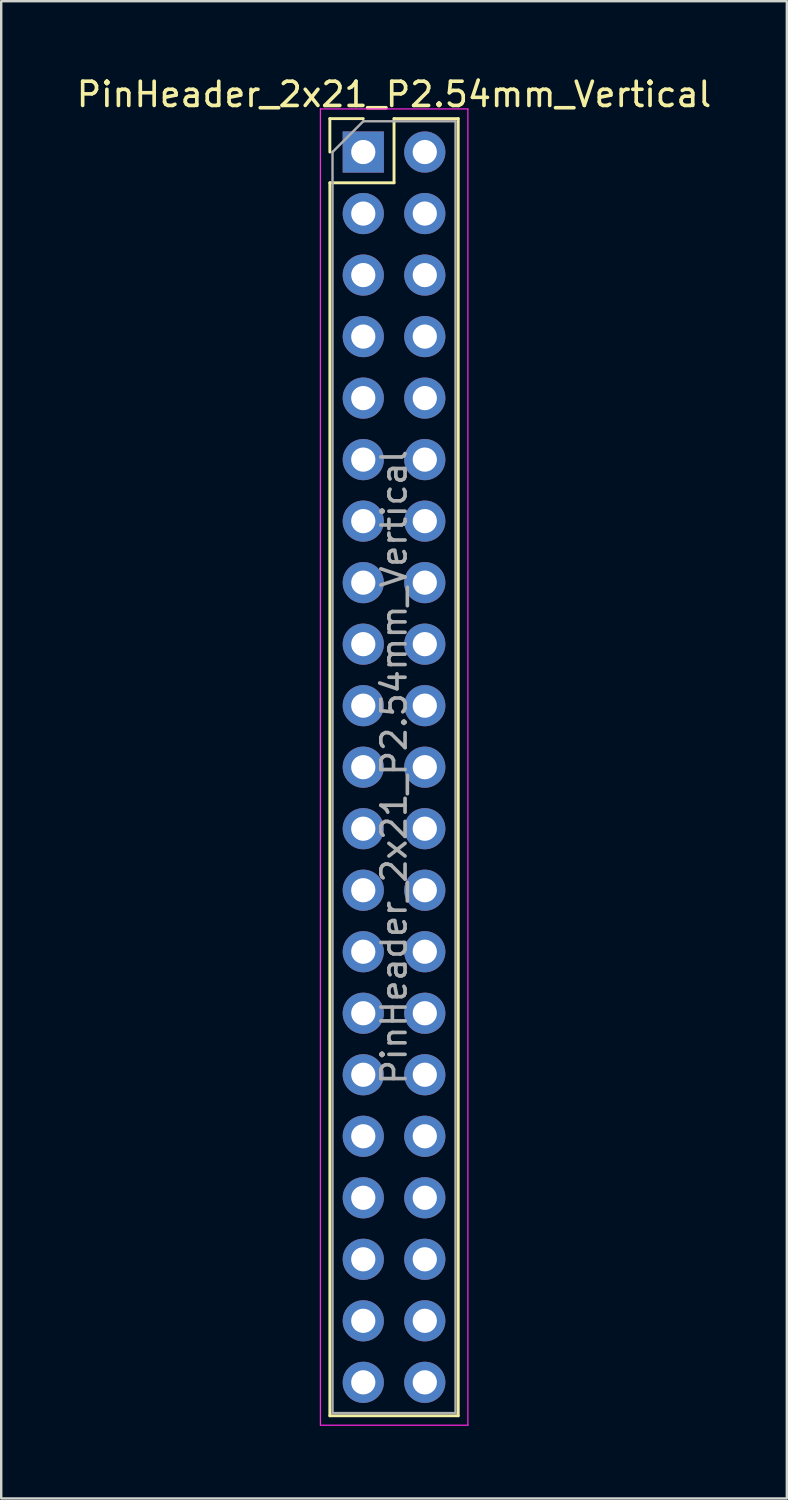
<source format=kicad_pcb>
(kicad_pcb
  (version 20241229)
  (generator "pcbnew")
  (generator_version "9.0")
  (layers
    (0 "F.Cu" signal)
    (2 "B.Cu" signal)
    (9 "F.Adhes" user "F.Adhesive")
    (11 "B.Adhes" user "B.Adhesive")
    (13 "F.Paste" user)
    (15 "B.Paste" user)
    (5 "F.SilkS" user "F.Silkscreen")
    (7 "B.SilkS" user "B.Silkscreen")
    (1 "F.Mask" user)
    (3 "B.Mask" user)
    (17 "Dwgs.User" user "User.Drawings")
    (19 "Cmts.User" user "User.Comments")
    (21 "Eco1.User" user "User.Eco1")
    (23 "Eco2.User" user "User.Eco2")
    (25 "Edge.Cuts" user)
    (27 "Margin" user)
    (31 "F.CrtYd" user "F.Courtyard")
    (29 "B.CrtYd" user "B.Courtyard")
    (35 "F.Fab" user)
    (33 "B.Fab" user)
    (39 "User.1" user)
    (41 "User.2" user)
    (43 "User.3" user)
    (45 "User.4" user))
  (footprint "PinHeader_2x21_P2.54mm_Vertical"
    (layer "F.Cu")
    (at 11.95 3.228)
    (property "Reference" "PinHeader_2x21_P2.54mm_Vertical" (at 1.27 -2.38 0) (layer "F.SilkS") (effects (font (size 1 1) (thickness 0.15))))
    (attr through_hole)
    (fp_line (start -1.38 -1.38) (end 0 -1.38) (stroke (width 0.12) (type solid)) (layer "F.SilkS"))
    (fp_line (start -1.38 0) (end -1.38 -1.38) (stroke (width 0.12) (type solid)) (layer "F.SilkS"))
    (fp_line (start -1.38 1.27) (end -1.38 52.18) (stroke (width 0.12) (type solid)) (layer "F.SilkS"))
    (fp_line (start -1.38 1.27) (end 1.27 1.27) (stroke (width 0.12) (type solid)) (layer "F.SilkS"))
    (fp_line (start -1.38 52.18) (end 3.92 52.18) (stroke (width 0.12) (type solid)) (layer "F.SilkS"))
    (fp_line (start 1.27 -1.38) (end 3.92 -1.38) (stroke (width 0.12) (type solid)) (layer "F.SilkS"))
    (fp_line (start 1.27 1.27) (end 1.27 -1.38) (stroke (width 0.12) (type solid)) (layer "F.SilkS"))
    (fp_line (start 3.92 -1.38) (end 3.92 52.18) (stroke (width 0.12) (type solid)) (layer "F.SilkS"))
    (fp_line (start -1.77 -1.78) (end -1.77 52.57) (stroke (width 0.05) (type solid)) (layer "F.CrtYd"))
    (fp_line (start -1.77 52.57) (end 4.32 52.57) (stroke (width 0.05) (type solid)) (layer "F.CrtYd"))
    (fp_line (start 4.32 -1.78) (end -1.77 -1.78) (stroke (width 0.05) (type solid)) (layer "F.CrtYd"))
    (fp_line (start 4.32 52.57) (end 4.32 -1.78) (stroke (width 0.05) (type solid)) (layer "F.CrtYd"))
    (fp_line (start -1.27 0) (end 0 -1.27) (stroke (width 0.1) (type solid)) (layer "F.Fab"))
    (fp_line (start -1.27 52.07) (end -1.27 0) (stroke (width 0.1) (type solid)) (layer "F.Fab"))
    (fp_line (start 0 -1.27) (end 3.81 -1.27) (stroke (width 0.1) (type solid)) (layer "F.Fab"))
    (fp_line (start 3.81 -1.27) (end 3.81 52.07) (stroke (width 0.1) (type solid)) (layer "F.Fab"))
    (fp_line (start 3.81 52.07) (end -1.27 52.07) (stroke (width 0.1) (type solid)) (layer "F.Fab"))
    (fp_text user "${REFERENCE}" (at 1.27 25.4 90) (layer "F.Fab") (effects (font (size 1 1) (thickness 0.15))))
    (pad "1" thru_hole rect (at 0 0) (size 1.7 1.7) (drill 1) (layers "*.Cu" "*.Mask"))
    (pad "2" thru_hole circle (at 2.54 0) (size 1.7 1.7) (drill 1) (layers "*.Cu" "*.Mask"))
    (pad "3" thru_hole circle (at 0 2.54) (size 1.7 1.7) (drill 1) (layers "*.Cu" "*.Mask"))
    (pad "4" thru_hole circle (at 2.54 2.54) (size 1.7 1.7) (drill 1) (layers "*.Cu" "*.Mask"))
    (pad "5" thru_hole circle (at 0 5.08) (size 1.7 1.7) (drill 1) (layers "*.Cu" "*.Mask"))
    (pad "6" thru_hole circle (at 2.54 5.08) (size 1.7 1.7) (drill 1) (layers "*.Cu" "*.Mask"))
    (pad "7" thru_hole circle (at 0 7.62) (size 1.7 1.7) (drill 1) (layers "*.Cu" "*.Mask"))
    (pad "8" thru_hole circle (at 2.54 7.62) (size 1.7 1.7) (drill 1) (layers "*.Cu" "*.Mask"))
    (pad "9" thru_hole circle (at 0 10.16) (size 1.7 1.7) (drill 1) (layers "*.Cu" "*.Mask"))
    (pad "10" thru_hole circle (at 2.54 10.16) (size 1.7 1.7) (drill 1) (layers "*.Cu" "*.Mask"))
    (pad "11" thru_hole circle (at 0 12.7) (size 1.7 1.7) (drill 1) (layers "*.Cu" "*.Mask"))
    (pad "12" thru_hole circle (at 2.54 12.7) (size 1.7 1.7) (drill 1) (layers "*.Cu" "*.Mask"))
    (pad "13" thru_hole circle (at 0 15.24) (size 1.7 1.7) (drill 1) (layers "*.Cu" "*.Mask"))
    (pad "14" thru_hole circle (at 2.54 15.24) (size 1.7 1.7) (drill 1) (layers "*.Cu" "*.Mask"))
    (pad "15" thru_hole circle (at 0 17.78) (size 1.7 1.7) (drill 1) (layers "*.Cu" "*.Mask"))
    (pad "16" thru_hole circle (at 2.54 17.78) (size 1.7 1.7) (drill 1) (layers "*.Cu" "*.Mask"))
    (pad "17" thru_hole circle (at 0 20.32) (size 1.7 1.7) (drill 1) (layers "*.Cu" "*.Mask"))
    (pad "18" thru_hole circle (at 2.54 20.32) (size 1.7 1.7) (drill 1) (layers "*.Cu" "*.Mask"))
    (pad "19" thru_hole circle (at 0 22.86) (size 1.7 1.7) (drill 1) (layers "*.Cu" "*.Mask"))
    (pad "20" thru_hole circle (at 2.54 22.86) (size 1.7 1.7) (drill 1) (layers "*.Cu" "*.Mask"))
    (pad "21" thru_hole circle (at 0 25.4) (size 1.7 1.7) (drill 1) (layers "*.Cu" "*.Mask"))
    (pad "22" thru_hole circle (at 2.54 25.4) (size 1.7 1.7) (drill 1) (layers "*.Cu" "*.Mask"))
    (pad "23" thru_hole circle (at 0 27.94) (size 1.7 1.7) (drill 1) (layers "*.Cu" "*.Mask"))
    (pad "24" thru_hole circle (at 2.54 27.94) (size 1.7 1.7) (drill 1) (layers "*.Cu" "*.Mask"))
    (pad "25" thru_hole circle (at 0 30.48) (size 1.7 1.7) (drill 1) (layers "*.Cu" "*.Mask"))
    (pad "26" thru_hole circle (at 2.54 30.48) (size 1.7 1.7) (drill 1) (layers "*.Cu" "*.Mask"))
    (pad "27" thru_hole circle (at 0 33.02) (size 1.7 1.7) (drill 1) (layers "*.Cu" "*.Mask"))
    (pad "28" thru_hole circle (at 2.54 33.02) (size 1.7 1.7) (drill 1) (layers "*.Cu" "*.Mask"))
    (pad "29" thru_hole circle (at 0 35.56) (size 1.7 1.7) (drill 1) (layers "*.Cu" "*.Mask"))
    (pad "30" thru_hole circle (at 2.54 35.56) (size 1.7 1.7) (drill 1) (layers "*.Cu" "*.Mask"))
    (pad "31" thru_hole circle (at 0 38.1) (size 1.7 1.7) (drill 1) (layers "*.Cu" "*.Mask"))
    (pad "32" thru_hole circle (at 2.54 38.1) (size 1.7 1.7) (drill 1) (layers "*.Cu" "*.Mask"))
    (pad "33" thru_hole circle (at 0 40.64) (size 1.7 1.7) (drill 1) (layers "*.Cu" "*.Mask"))
    (pad "34" thru_hole circle (at 2.54 40.64) (size 1.7 1.7) (drill 1) (layers "*.Cu" "*.Mask"))
    (pad "35" thru_hole circle (at 0 43.18) (size 1.7 1.7) (drill 1) (layers "*.Cu" "*.Mask"))
    (pad "36" thru_hole circle (at 2.54 43.18) (size 1.7 1.7) (drill 1) (layers "*.Cu" "*.Mask"))
    (pad "37" thru_hole circle (at 0 45.72) (size 1.7 1.7) (drill 1) (layers "*.Cu" "*.Mask"))
    (pad "38" thru_hole circle (at 2.54 45.72) (size 1.7 1.7) (drill 1) (layers "*.Cu" "*.Mask"))
    (pad "39" thru_hole circle (at 0 48.26) (size 1.7 1.7) (drill 1) (layers "*.Cu" "*.Mask"))
    (pad "40" thru_hole circle (at 2.54 48.26) (size 1.7 1.7) (drill 1) (layers "*.Cu" "*.Mask"))
    (pad "41" thru_hole circle (at 0 50.8) (size 1.7 1.7) (drill 1) (layers "*.Cu" "*.Mask"))
    (pad "42" thru_hole circle (at 2.54 50.8) (size 1.7 1.7) (drill 1) (layers "*.Cu" "*.Mask")))
  (gr_rect
    (start -3 -3)
    (end 29.44 58.823)
    (stroke (width 0.1) (type default))
    (fill no)
    (layer "Edge.Cuts")))
</source>
